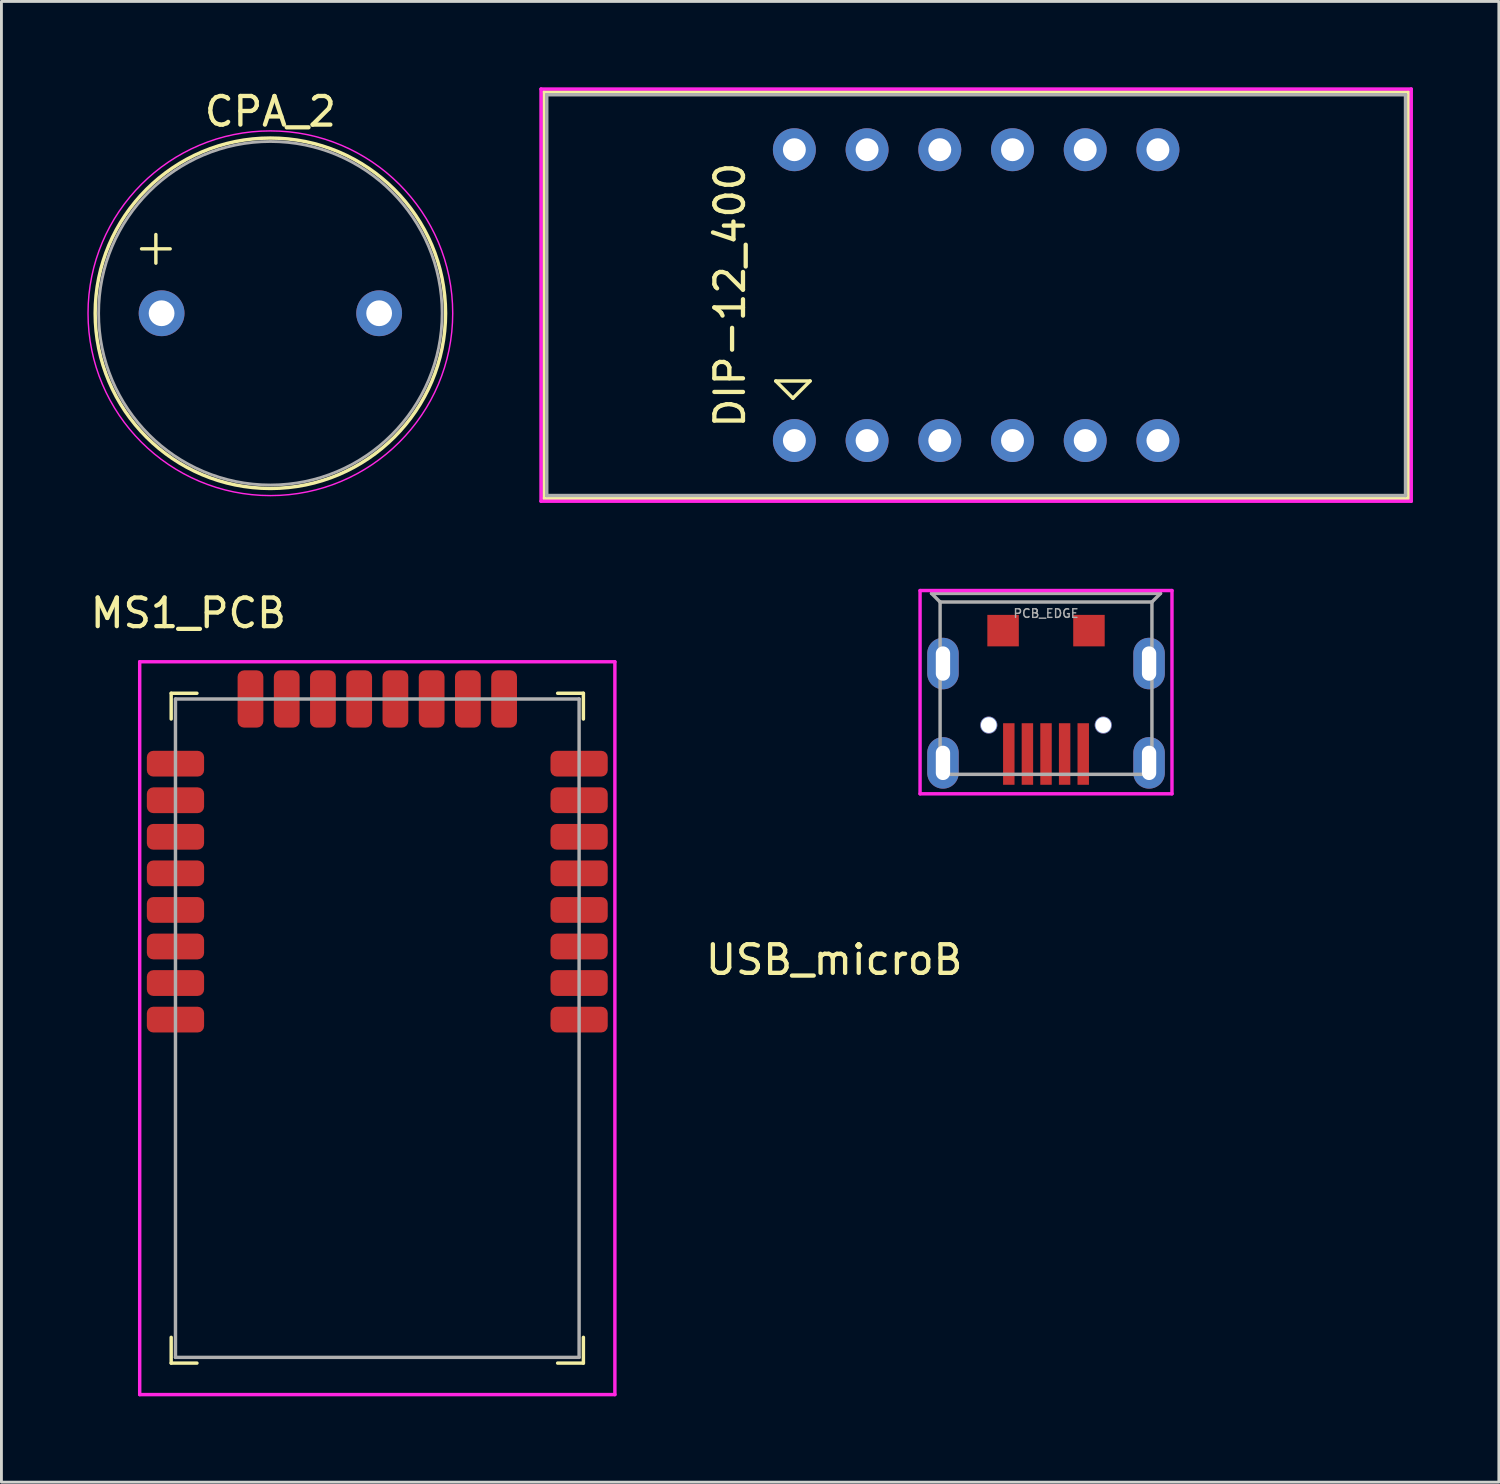
<source format=kicad_pcb>
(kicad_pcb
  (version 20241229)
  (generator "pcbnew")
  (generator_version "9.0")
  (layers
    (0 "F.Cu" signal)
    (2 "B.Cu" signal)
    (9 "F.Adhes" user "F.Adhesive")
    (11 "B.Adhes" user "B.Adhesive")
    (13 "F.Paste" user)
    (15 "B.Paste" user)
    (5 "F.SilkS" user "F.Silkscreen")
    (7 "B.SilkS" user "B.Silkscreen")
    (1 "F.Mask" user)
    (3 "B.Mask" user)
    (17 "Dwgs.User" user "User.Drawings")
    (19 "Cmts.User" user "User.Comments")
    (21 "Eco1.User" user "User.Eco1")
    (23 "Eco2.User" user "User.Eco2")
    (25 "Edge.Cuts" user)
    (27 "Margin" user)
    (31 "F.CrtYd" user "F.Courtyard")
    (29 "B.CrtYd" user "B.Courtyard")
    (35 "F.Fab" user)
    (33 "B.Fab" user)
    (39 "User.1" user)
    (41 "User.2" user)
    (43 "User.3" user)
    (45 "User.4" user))
  (footprint "MS1_PCB"
    (layer "F.Cu")
    (at 10.13 32.868)
    (property "Reference" "MS1_PCB" (at -6.6 -14.5 0) (layer "F.SilkS") (effects (font (size 1 1) (thickness 0.15))))
    (attr through_hole)
    (fp_line (start -7.2 -11.7) (end -7.2 -10.8) (stroke (width 0.12) (type solid)) (layer "F.SilkS"))
    (fp_line (start -7.2 10.8) (end -7.2 11.7) (stroke (width 0.12) (type solid)) (layer "F.SilkS"))
    (fp_line (start -7.2 11.7) (end -6.3 11.7) (stroke (width 0.12) (type solid)) (layer "F.SilkS"))
    (fp_line (start -6.3 -11.7) (end -7.2 -11.7) (stroke (width 0.12) (type solid)) (layer "F.SilkS"))
    (fp_line (start 6.3 11.7) (end 7.2 11.7) (stroke (width 0.12) (type solid)) (layer "F.SilkS"))
    (fp_line (start 7.2 -11.7) (end 6.3 -11.7) (stroke (width 0.12) (type solid)) (layer "F.SilkS"))
    (fp_line (start 7.2 -10.8) (end 7.2 -11.7) (stroke (width 0.12) (type solid)) (layer "F.SilkS"))
    (fp_line (start 7.2 11.7) (end 7.2 10.8) (stroke (width 0.12) (type solid)) (layer "F.SilkS"))
    (fp_line (start -8.3 -12.8) (end -8.3 12.8) (stroke (width 0.12) (type solid)) (layer "F.CrtYd"))
    (fp_line (start -8.3 -12.8) (end 8.3 -12.8) (stroke (width 0.12) (type solid)) (layer "F.CrtYd"))
    (fp_line (start -8.3 12.8) (end 8.3 12.8) (stroke (width 0.12) (type solid)) (layer "F.CrtYd"))
    (fp_line (start 8.3 -12.8) (end 8.3 12.8) (stroke (width 0.12) (type solid)) (layer "F.CrtYd"))
    (fp_line (start -7.05 -11.5) (end 7.05 -11.5) (stroke (width 0.12) (type solid)) (layer "F.Fab"))
    (fp_line (start -7.05 11.5) (end -7.05 -11.5) (stroke (width 0.12) (type solid)) (layer "F.Fab"))
    (fp_line (start -7.05 11.5) (end 7.05 11.5) (stroke (width 0.12) (type solid)) (layer "F.Fab"))
    (fp_line (start 7.05 -11.5) (end 7.05 11.5) (stroke (width 0.12) (type solid)) (layer "F.Fab"))
    (pad "1" smd roundrect (at 7.05 -0.3) (size 2 0.9) (layers "F.Cu" "F.Mask" "F.Paste") (roundrect_rratio 0.25))
    (pad "2" smd roundrect (at 7.05 -1.577) (size 2 0.9) (layers "F.Cu" "F.Mask" "F.Paste") (roundrect_rratio 0.25))
    (pad "3" smd roundrect (at 7.05 -2.854) (size 2 0.9) (layers "F.Cu" "F.Mask" "F.Paste") (roundrect_rratio 0.25))
    (pad "4" smd roundrect (at 7.05 -4.131) (size 2 0.9) (layers "F.Cu" "F.Mask" "F.Paste") (roundrect_rratio 0.25))
    (pad "5" smd roundrect (at 7.05 -5.409) (size 2 0.9) (layers "F.Cu" "F.Mask" "F.Paste") (roundrect_rratio 0.25))
    (pad "6" smd roundrect (at 7.05 -6.686) (size 2 0.9) (layers "F.Cu" "F.Mask" "F.Paste") (roundrect_rratio 0.25))
    (pad "7" smd roundrect (at 7.05 -7.963) (size 2 0.9) (layers "F.Cu" "F.Mask" "F.Paste") (roundrect_rratio 0.25))
    (pad "8" smd roundrect (at 7.05 -9.24) (size 2 0.9) (layers "F.Cu" "F.Mask" "F.Paste") (roundrect_rratio 0.25))
    (pad "9" smd roundrect (at 4.43 -11.5 90) (size 2 0.9) (layers "F.Cu" "F.Mask" "F.Paste") (roundrect_rratio 0.25))
    (pad "10" smd roundrect (at 3.164 -11.5 90) (size 2 0.9) (layers "F.Cu" "F.Mask" "F.Paste") (roundrect_rratio 0.25))
    (pad "11" smd roundrect (at 1.899 -11.5 90) (size 2 0.9) (layers "F.Cu" "F.Mask" "F.Paste") (roundrect_rratio 0.25))
    (pad "12" smd roundrect (at 0.633 -11.5 90) (size 2 0.9) (layers "F.Cu" "F.Mask" "F.Paste") (roundrect_rratio 0.25))
    (pad "13" smd roundrect (at -0.633 -11.5 90) (size 2 0.9) (layers "F.Cu" "F.Mask" "F.Paste") (roundrect_rratio 0.25))
    (pad "14" smd roundrect (at -1.899 -11.5 90) (size 2 0.9) (layers "F.Cu" "F.Mask" "F.Paste") (roundrect_rratio 0.25))
    (pad "15" smd roundrect (at -3.164 -11.5 90) (size 2 0.9) (layers "F.Cu" "F.Mask" "F.Paste") (roundrect_rratio 0.25))
    (pad "16" smd roundrect (at -4.43 -11.5 90) (size 2 0.9) (layers "F.Cu" "F.Mask" "F.Paste") (roundrect_rratio 0.25))
    (pad "17" smd roundrect (at -7.05 -9.24 180) (size 2 0.9) (layers "F.Cu" "F.Mask" "F.Paste") (roundrect_rratio 0.25))
    (pad "18" smd roundrect (at -7.05 -7.963 180) (size 2 0.9) (layers "F.Cu" "F.Mask" "F.Paste") (roundrect_rratio 0.25))
    (pad "19" smd roundrect (at -7.05 -6.686 180) (size 2 0.9) (layers "F.Cu" "F.Mask" "F.Paste") (roundrect_rratio 0.25))
    (pad "20" smd roundrect (at -7.05 -5.409 180) (size 2 0.9) (layers "F.Cu" "F.Mask" "F.Paste") (roundrect_rratio 0.25))
    (pad "21" smd roundrect (at -7.05 -4.131 180) (size 2 0.9) (layers "F.Cu" "F.Mask" "F.Paste") (roundrect_rratio 0.25))
    (pad "22" smd roundrect (at -7.05 -2.854 180) (size 2 0.9) (layers "F.Cu" "F.Mask" "F.Paste") (roundrect_rratio 0.25))
    (pad "23" smd roundrect (at -7.05 -1.577 180) (size 2 0.9) (layers "F.Cu" "F.Mask" "F.Paste") (roundrect_rratio 0.25))
    (pad "24" smd roundrect (at -7.05 -0.3 180) (size 2 0.9) (layers "F.Cu" "F.Mask" "F.Paste") (roundrect_rratio 0.25)))
  (footprint "USB_microB"
    (layer "F.Cu")
    (at 33.491 17.98)
    (property "Reference" "USB_microB" (at -7.4 12.5 0) (layer "F.SilkS") (effects (font (size 1 1) (thickness 0.15))))
    (attr through_hole)
    (fp_line (start -4.4 -0.4) (end -4.4 6.7) (stroke (width 0.12) (type solid)) (layer "F.CrtYd"))
    (fp_line (start -4.4 -0.4) (end 4.4 -0.4) (stroke (width 0.12) (type solid)) (layer "F.CrtYd"))
    (fp_line (start -4.4 6.7) (end 4.4 6.7) (stroke (width 0.12) (type solid)) (layer "F.CrtYd"))
    (fp_line (start 4.4 -0.4) (end 4.4 6.7) (stroke (width 0.12) (type solid)) (layer "F.CrtYd"))
    (fp_line (start -4 -0.3) (end 4 -0.3) (stroke (width 0.12) (type solid)) (layer "F.Fab"))
    (fp_line (start -3.7 0) (end -4 -0.3) (stroke (width 0.12) (type solid)) (layer "F.Fab"))
    (fp_line (start -3.7 0) (end -3.7 6.02) (stroke (width 0.12) (type solid)) (layer "F.Fab"))
    (fp_line (start -3.7 0) (end 3.7 0) (stroke (width 0.12) (type solid)) (layer "F.Fab"))
    (fp_line (start 3.7 0) (end 3.7 6.02) (stroke (width 0.12) (type solid)) (layer "F.Fab"))
    (fp_line (start 3.7 0) (end 4 -0.3) (stroke (width 0.12) (type solid)) (layer "F.Fab"))
    (fp_line (start 3.7 6.02) (end -3.7 6.02) (stroke (width 0.12) (type solid)) (layer "F.Fab"))
    (fp_text user "PCB_EDGE" (at 0 0.4 0) (layer "F.Fab") (effects (font (size 0.3 0.3) (thickness 0.05))))
    (pad "" np_thru_hole circle (at -2 4.3 90) (size 0.6 0.6) (drill 0.55) (layers "*.Cu" "*.Mask"))
    (pad "" np_thru_hole circle (at 2 4.3 90) (size 0.6 0.6) (drill 0.55) (layers "*.Cu" "*.Mask"))
    (pad "1" smd rect (at 1.3 5.31 90) (size 2.15 0.4) (layers "F.Cu" "F.Mask" "F.Paste"))
    (pad "2" smd rect (at 0.65 5.31 90) (size 2.15 0.4) (layers "F.Cu" "F.Mask" "F.Paste"))
    (pad "3" smd rect (at 0 5.31 90) (size 2.15 0.4) (layers "F.Cu" "F.Mask" "F.Paste"))
    (pad "4" smd rect (at -0.65 5.31 90) (size 2.15 0.4) (layers "F.Cu" "F.Mask" "F.Paste"))
    (pad "5" smd rect (at -1.3 5.31 90) (size 2.15 0.4) (layers "F.Cu" "F.Mask" "F.Paste"))
    (pad "6" thru_hole oval (at -3.6 2.15 90) (size 1.8 1.1) (drill oval 1.2 0.5) (layers "*.Cu" "*.Mask"))
    (pad "6" thru_hole oval (at -3.6 5.62 90) (size 1.8 1.1) (drill oval 1.2 0.5) (layers "*.Cu" "*.Mask"))
    (pad "6" smd rect (at -1.5 1 90) (size 1.1 1.1) (layers "F.Cu" "F.Mask" "F.Paste"))
    (pad "6" smd rect (at 1.5 1 90) (size 1.1 1.1) (layers "F.Cu" "F.Mask" "F.Paste"))
    (pad "6" thru_hole oval (at 3.6 2.15 90) (size 1.8 1.1) (drill oval 1.2 0.5) (layers "*.Cu" "*.Mask"))
    (pad "6" thru_hole oval (at 3.6 5.62 90) (size 1.8 1.1) (drill oval 1.2 0.5) (layers "*.Cu" "*.Mask")))
  (footprint "CPA_2"
    (layer "F.Cu")
    (at 6.395 7.893)
    (property "Reference" "CPA_2" (at 0 -7.045 0) (layer "F.SilkS") (effects (font (size 1 1) (thickness 0.15))))
    (attr through_hole)
    (fp_line (start -4.5 -2.25) (end -3.5 -2.25) (stroke (width 0.12) (type solid)) (layer "F.SilkS"))
    (fp_line (start -4 -2.25) (end -4 -2.75) (stroke (width 0.12) (type solid)) (layer "F.SilkS"))
    (fp_line (start -4 -2.25) (end -4 -1.75) (stroke (width 0.12) (type solid)) (layer "F.SilkS"))
    (fp_circle (center 0 0) (end 0 6.12) (stroke (width 0.12) (type solid)) (fill no) (layer "F.SilkS"))
    (fp_circle (center 0 0) (end 0 6.37) (stroke (width 0.05) (type solid)) (fill no) (layer "F.CrtYd"))
    (fp_circle (center 0 0) (end 0 6) (stroke (width 0.1) (type solid)) (fill no) (layer "F.Fab"))
    (pad "1" thru_hole oval (at -3.8 0) (size 1.6 1.6) (drill 0.9) (layers "*.Cu" "*.Mask"))
    (pad "2" thru_hole oval (at 3.8 0) (size 1.6 1.6) (drill 0.9) (layers "*.Cu" "*.Mask")))
  (footprint "DIP-12_400"
    (layer "F.Cu")
    (at 31.05 7.26)
    (property "Reference" "DIP-12_400" (at -8.6 0 90) (layer "F.SilkS") (effects (font (size 1 1) (thickness 0.15))))
    (attr through_hole)
    (fp_line (start -15.1 -7.1) (end 15.1 -7.1) (stroke (width 0.12) (type solid)) (layer "F.SilkS"))
    (fp_line (start -15.1 7.1) (end -15.1 -7.1) (stroke (width 0.12) (type solid)) (layer "F.SilkS"))
    (fp_line (start -7 3) (end -5.8 3) (stroke (width 0.12) (type solid)) (layer "F.SilkS"))
    (fp_line (start -6.4 3.6) (end -7 3) (stroke (width 0.12) (type solid)) (layer "F.SilkS"))
    (fp_line (start -5.8 3) (end -6.4 3.6) (stroke (width 0.12) (type solid)) (layer "F.SilkS"))
    (fp_line (start 15.1 -7.1) (end 15.1 7.1) (stroke (width 0.12) (type solid)) (layer "F.SilkS"))
    (fp_line (start 15.1 7.1) (end -15.1 7.1) (stroke (width 0.12) (type solid)) (layer "F.SilkS"))
    (fp_line (start -15.2 -7.2) (end 15.2 -7.2) (stroke (width 0.12) (type solid)) (layer "F.CrtYd"))
    (fp_line (start -15.2 7.2) (end -15.2 -7.2) (stroke (width 0.12) (type solid)) (layer "F.CrtYd"))
    (fp_line (start 15.2 -7.2) (end 15.2 7.2) (stroke (width 0.12) (type solid)) (layer "F.CrtYd"))
    (fp_line (start 15.2 7.2) (end -15.2 7.2) (stroke (width 0.12) (type solid)) (layer "F.CrtYd"))
    (fp_line (start -15 -7) (end -15 7) (stroke (width 0.12) (type solid)) (layer "F.Fab"))
    (fp_line (start -15 -7) (end 15 -7) (stroke (width 0.12) (type solid)) (layer "F.Fab"))
    (fp_line (start -15 7) (end 15 7) (stroke (width 0.12) (type solid)) (layer "F.Fab"))
    (fp_line (start 15 -7) (end 15 7) (stroke (width 0.12) (type solid)) (layer "F.Fab"))
    (pad "1" thru_hole circle (at -6.35 5.08) (size 1.5 1.5) (drill 0.8) (layers "*.Cu" "*.Mask"))
    (pad "2" thru_hole circle (at -3.81 5.08) (size 1.5 1.5) (drill 0.8) (layers "*.Cu" "*.Mask"))
    (pad "3" thru_hole circle (at -1.27 5.08) (size 1.5 1.5) (drill 0.8) (layers "*.Cu" "*.Mask"))
    (pad "4" thru_hole circle (at 1.27 5.08) (size 1.5 1.5) (drill 0.8) (layers "*.Cu" "*.Mask"))
    (pad "5" thru_hole circle (at 3.81 5.08) (size 1.5 1.5) (drill 0.8) (layers "*.Cu" "*.Mask"))
    (pad "6" thru_hole circle (at 6.35 5.08) (size 1.5 1.5) (drill 0.8) (layers "*.Cu" "*.Mask"))
    (pad "7" thru_hole circle (at 6.35 -5.08) (size 1.5 1.5) (drill 0.8) (layers "*.Cu" "*.Mask"))
    (pad "8" thru_hole circle (at 3.81 -5.08) (size 1.5 1.5) (drill 0.8) (layers "*.Cu" "*.Mask"))
    (pad "9" thru_hole circle (at 1.27 -5.08) (size 1.5 1.5) (drill 0.8) (layers "*.Cu" "*.Mask"))
    (pad "10" thru_hole circle (at -1.27 -5.08) (size 1.5 1.5) (drill 0.8) (layers "*.Cu" "*.Mask"))
    (pad "11" thru_hole circle (at -3.81 -5.08) (size 1.5 1.5) (drill 0.8) (layers "*.Cu" "*.Mask"))
    (pad "12" thru_hole circle (at -6.35 -5.08) (size 1.5 1.5) (drill 0.8) (layers "*.Cu" "*.Mask")))
  (gr_rect
    (start -3 -3)
    (end 49.31 48.728)
    (stroke (width 0.1) (type default))
    (fill no)
    (layer "Edge.Cuts")))
</source>
